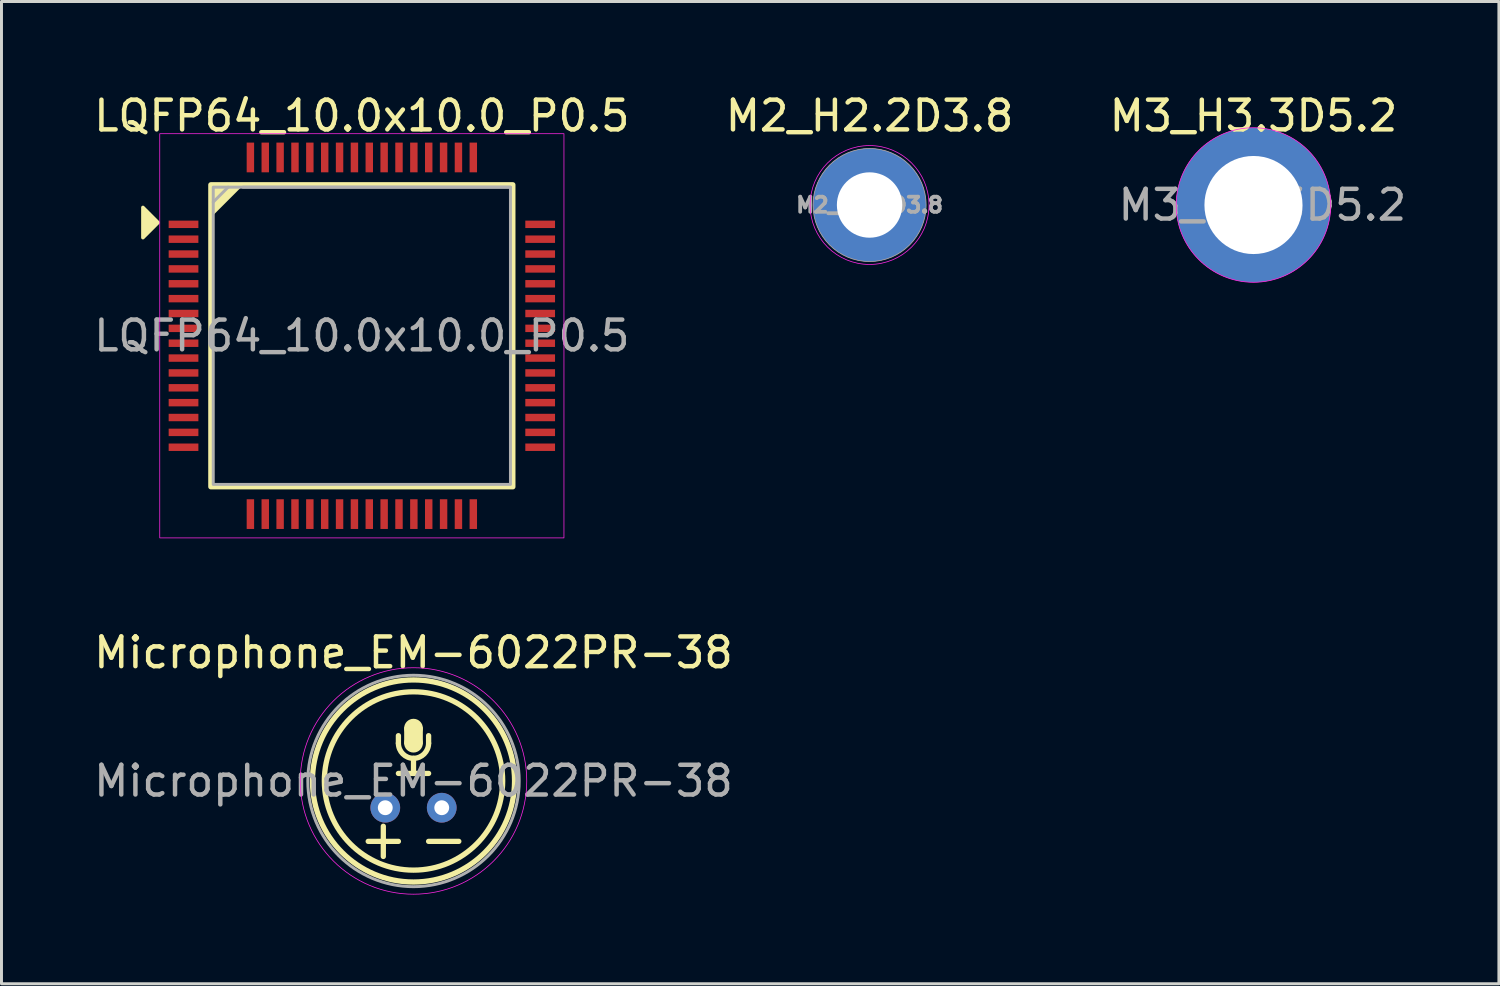
<source format=kicad_pcb>
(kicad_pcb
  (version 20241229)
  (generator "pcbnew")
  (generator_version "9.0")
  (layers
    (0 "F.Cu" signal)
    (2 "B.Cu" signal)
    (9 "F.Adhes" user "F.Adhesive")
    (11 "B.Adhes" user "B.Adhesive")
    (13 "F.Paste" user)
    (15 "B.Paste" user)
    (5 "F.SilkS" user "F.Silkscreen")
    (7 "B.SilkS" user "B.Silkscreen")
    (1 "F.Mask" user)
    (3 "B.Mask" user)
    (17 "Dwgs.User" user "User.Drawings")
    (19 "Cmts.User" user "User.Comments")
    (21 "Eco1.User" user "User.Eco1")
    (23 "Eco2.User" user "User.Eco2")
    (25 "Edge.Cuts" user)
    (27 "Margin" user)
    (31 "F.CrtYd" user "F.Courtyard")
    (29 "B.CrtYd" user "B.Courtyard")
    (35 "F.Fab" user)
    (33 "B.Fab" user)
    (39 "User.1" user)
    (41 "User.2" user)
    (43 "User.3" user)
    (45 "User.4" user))
  (footprint "LQFP64_10.0x10.0_P0.5"
    (layer "F.Cu")
    (at 9.125 8.248)
    (property "Reference" "LQFP64_10.0x10.0_P0.5" (at 0 -7.4 0) (layer "F.SilkS") (effects (font (size 1 1) (thickness 0.15))))
    (attr smd)
    (fp_rect (start -5.08 -5.08) (end 5.08 5.08) (stroke (width 0.178) (type solid)) (fill no) (layer "F.SilkS"))
    (fp_poly (pts (xy -6.858 -3.81) (xy -7.366 -3.302) (xy -7.366 -4.318)) (stroke (width 0.12) (type solid)) (fill yes) (layer "F.SilkS"))
    (fp_poly (pts (xy -5.08 -4.064) (xy -5.08 -5.08) (xy -4.064 -5.08)) (stroke (width 0.12) (type solid)) (fill yes) (layer "F.SilkS"))
    (fp_rect (start -6.8 -6.8) (end 6.8 6.8) (stroke (width 0.025) (type solid)) (fill no) (layer "F.CrtYd"))
    (fp_line (start -5 -4.5) (end -4.5 -5) (stroke (width 0.1) (type default)) (layer "F.Fab"))
    (fp_line (start -4 -5) (end 5 -5) (stroke (width 0.1) (type solid)) (layer "F.Fab"))
    (fp_rect (start -5 -5) (end 5 5) (stroke (width 0.1) (type default)) (fill no) (layer "F.Fab"))
    (fp_text user "${REFERENCE}" (at 0 0 0) (layer "F.Fab") (effects (font (size 1 1) (thickness 0.15))))
    (pad "1" smd rect (at -6 -3.75) (size 1 0.25) (layers "F.Cu" "F.Mask" "F.Paste"))
    (pad "2" smd rect (at -6 -3.25) (size 1 0.25) (layers "F.Cu" "F.Mask" "F.Paste"))
    (pad "3" smd rect (at -6 -2.75) (size 1 0.25) (layers "F.Cu" "F.Mask" "F.Paste"))
    (pad "4" smd rect (at -6 -2.25) (size 1 0.25) (layers "F.Cu" "F.Mask" "F.Paste"))
    (pad "5" smd rect (at -6 -1.75) (size 1 0.25) (layers "F.Cu" "F.Mask" "F.Paste"))
    (pad "6" smd rect (at -6 -1.25) (size 1 0.25) (layers "F.Cu" "F.Mask" "F.Paste"))
    (pad "7" smd rect (at -6 -0.75) (size 1 0.25) (layers "F.Cu" "F.Mask" "F.Paste"))
    (pad "8" smd rect (at -6 -0.25) (size 1 0.25) (layers "F.Cu" "F.Mask" "F.Paste"))
    (pad "9" smd rect (at -6 0.25) (size 1 0.25) (layers "F.Cu" "F.Mask" "F.Paste"))
    (pad "10" smd rect (at -6 0.75) (size 1 0.25) (layers "F.Cu" "F.Mask" "F.Paste"))
    (pad "11" smd rect (at -6 1.25) (size 1 0.25) (layers "F.Cu" "F.Mask" "F.Paste"))
    (pad "12" smd rect (at -6 1.75) (size 1 0.25) (layers "F.Cu" "F.Mask" "F.Paste"))
    (pad "13" smd rect (at -6 2.25) (size 1 0.25) (layers "F.Cu" "F.Mask" "F.Paste"))
    (pad "14" smd rect (at -6 2.75) (size 1 0.25) (layers "F.Cu" "F.Mask" "F.Paste"))
    (pad "15" smd rect (at -6 3.25) (size 1 0.25) (layers "F.Cu" "F.Mask" "F.Paste"))
    (pad "16" smd rect (at -6 3.75) (size 1 0.25) (layers "F.Cu" "F.Mask" "F.Paste"))
    (pad "17" smd rect (at -3.75 6) (size 0.25 1) (layers "F.Cu" "F.Mask" "F.Paste"))
    (pad "18" smd rect (at -3.25 6) (size 0.25 1) (layers "F.Cu" "F.Mask" "F.Paste"))
    (pad "19" smd rect (at -2.75 6) (size 0.25 1) (layers "F.Cu" "F.Mask" "F.Paste"))
    (pad "20" smd rect (at -2.25 6) (size 0.25 1) (layers "F.Cu" "F.Mask" "F.Paste"))
    (pad "21" smd rect (at -1.75 6) (size 0.25 1) (layers "F.Cu" "F.Mask" "F.Paste"))
    (pad "22" smd rect (at -1.25 6) (size 0.25 1) (layers "F.Cu" "F.Mask" "F.Paste"))
    (pad "23" smd rect (at -0.75 6) (size 0.25 1) (layers "F.Cu" "F.Mask" "F.Paste"))
    (pad "24" smd rect (at -0.25 6) (size 0.25 1) (layers "F.Cu" "F.Mask" "F.Paste"))
    (pad "25" smd rect (at 0.25 6) (size 0.25 1) (layers "F.Cu" "F.Mask" "F.Paste"))
    (pad "26" smd rect (at 0.75 6) (size 0.25 1) (layers "F.Cu" "F.Mask" "F.Paste"))
    (pad "27" smd rect (at 1.25 6) (size 0.25 1) (layers "F.Cu" "F.Mask" "F.Paste"))
    (pad "28" smd rect (at 1.75 6) (size 0.25 1) (layers "F.Cu" "F.Mask" "F.Paste"))
    (pad "29" smd rect (at 2.25 6) (size 0.25 1) (layers "F.Cu" "F.Mask" "F.Paste"))
    (pad "30" smd rect (at 2.75 6) (size 0.25 1) (layers "F.Cu" "F.Mask" "F.Paste"))
    (pad "31" smd rect (at 3.25 6) (size 0.25 1) (layers "F.Cu" "F.Mask" "F.Paste"))
    (pad "32" smd rect (at 3.75 6) (size 0.25 1) (layers "F.Cu" "F.Mask" "F.Paste"))
    (pad "33" smd rect (at 6 3.75) (size 1 0.25) (layers "F.Cu" "F.Mask" "F.Paste"))
    (pad "34" smd rect (at 6 3.25) (size 1 0.25) (layers "F.Cu" "F.Mask" "F.Paste"))
    (pad "35" smd rect (at 6 2.75) (size 1 0.25) (layers "F.Cu" "F.Mask" "F.Paste"))
    (pad "36" smd rect (at 6 2.25) (size 1 0.25) (layers "F.Cu" "F.Mask" "F.Paste"))
    (pad "37" smd rect (at 6 1.75) (size 1 0.25) (layers "F.Cu" "F.Mask" "F.Paste"))
    (pad "38" smd rect (at 6 1.25) (size 1 0.25) (layers "F.Cu" "F.Mask" "F.Paste"))
    (pad "39" smd rect (at 6 0.75) (size 1 0.25) (layers "F.Cu" "F.Mask" "F.Paste"))
    (pad "40" smd rect (at 6 0.25) (size 1 0.25) (layers "F.Cu" "F.Mask" "F.Paste"))
    (pad "41" smd rect (at 6 -0.25) (size 1 0.25) (layers "F.Cu" "F.Mask" "F.Paste"))
    (pad "42" smd rect (at 6 -0.75) (size 1 0.25) (layers "F.Cu" "F.Mask" "F.Paste"))
    (pad "43" smd rect (at 6 -1.25) (size 1 0.25) (layers "F.Cu" "F.Mask" "F.Paste"))
    (pad "44" smd rect (at 6 -1.75) (size 1 0.25) (layers "F.Cu" "F.Mask" "F.Paste"))
    (pad "45" smd rect (at 6 -2.25) (size 1 0.25) (layers "F.Cu" "F.Mask" "F.Paste"))
    (pad "46" smd rect (at 6 -2.75) (size 1 0.25) (layers "F.Cu" "F.Mask" "F.Paste"))
    (pad "47" smd rect (at 6 -3.25) (size 1 0.25) (layers "F.Cu" "F.Mask" "F.Paste"))
    (pad "48" smd rect (at 6 -3.75) (size 1 0.25) (layers "F.Cu" "F.Mask" "F.Paste"))
    (pad "49" smd rect (at 3.75 -6) (size 0.25 1) (layers "F.Cu" "F.Mask" "F.Paste"))
    (pad "50" smd rect (at 3.25 -6) (size 0.25 1) (layers "F.Cu" "F.Mask" "F.Paste"))
    (pad "51" smd rect (at 2.75 -6) (size 0.25 1) (layers "F.Cu" "F.Mask" "F.Paste"))
    (pad "52" smd rect (at 2.25 -6) (size 0.25 1) (layers "F.Cu" "F.Mask" "F.Paste"))
    (pad "53" smd rect (at 1.75 -6) (size 0.25 1) (layers "F.Cu" "F.Mask" "F.Paste"))
    (pad "54" smd rect (at 1.25 -6) (size 0.25 1) (layers "F.Cu" "F.Mask" "F.Paste"))
    (pad "55" smd rect (at 0.75 -6) (size 0.25 1) (layers "F.Cu" "F.Mask" "F.Paste"))
    (pad "56" smd rect (at 0.25 -6) (size 0.25 1) (layers "F.Cu" "F.Mask" "F.Paste"))
    (pad "57" smd rect (at -0.25 -6) (size 0.25 1) (layers "F.Cu" "F.Mask" "F.Paste"))
    (pad "58" smd rect (at -0.75 -6) (size 0.25 1) (layers "F.Cu" "F.Mask" "F.Paste"))
    (pad "59" smd rect (at -1.25 -6) (size 0.25 1) (layers "F.Cu" "F.Mask" "F.Paste"))
    (pad "60" smd rect (at -1.75 -6) (size 0.25 1) (layers "F.Cu" "F.Mask" "F.Paste"))
    (pad "61" smd rect (at -2.25 -6) (size 0.25 1) (layers "F.Cu" "F.Mask" "F.Paste"))
    (pad "62" smd rect (at -2.75 -6) (size 0.25 1) (layers "F.Cu" "F.Mask" "F.Paste"))
    (pad "63" smd rect (at -3.25 -6) (size 0.25 1) (layers "F.Cu" "F.Mask" "F.Paste"))
    (pad "64" smd rect (at -3.75 -6) (size 0.25 1) (layers "F.Cu" "F.Mask" "F.Paste")))
  (footprint "M3_H3.3D5.2"
    (layer "F.Cu")
    (at 39.125 3.848)
    (property "Reference" "M3_H3.3D5.2" (at 0 -3 0) (layer "F.SilkS") (effects (font (size 1 1) (thickness 0.15))))
    (attr through_hole)
    (fp_circle (center 0 0) (end 2.6 0) (stroke (width 0.025) (type solid)) (fill no) (layer "F.CrtYd"))
    (fp_text user "${REFERENCE}" (at 0.3 0 0) (layer "F.Fab") (effects (font (size 1 1) (thickness 0.15))))
    (pad "1" thru_hole circle (at 0 0) (size 5.2 5.2) (drill 3.3) (layers "*.Cu" "*.Mask")))
  (footprint "M2_H2.2D3.8"
    (layer "F.Cu")
    (at 26.208 3.848)
    (property "Reference" "M2_H2.2D3.8" (at 0 -3 0) (layer "F.SilkS") (effects (font (size 1 1) (thickness 0.15))))
    (attr through_hole)
    (fp_circle (center 0 0) (end 2 0) (stroke (width 0.025) (type solid)) (fill no) (layer "F.CrtYd"))
    (fp_circle (center 0 0) (end 1.9 0.1) (stroke (width 0.025) (type solid)) (fill no) (layer "F.Fab"))
    (fp_text user "${REFERENCE}" (at 0 0 0) (layer "F.Fab") (effects (font (size 0.508 0.508) (thickness 0.127) (bold yes))))
    (pad "1" thru_hole circle (at 0 0) (size 3.8 3.8) (drill 2.2) (layers "*.Cu" "*.Mask")))
  (footprint "Microphone_EM-6022PR-38"
    (layer "F.Cu")
    (at 10.863 23.227)
    (property "Reference" "Microphone_EM-6022PR-38" (at 0 -4.318 0) (unlocked yes) (layer "F.SilkS") (effects (font (size 1 1) (thickness 0.15))))
    (attr through_hole)
    (fp_line (start -1.524 2.032) (end -0.508 2.032) (stroke (width 0.178) (type solid)) (layer "F.SilkS"))
    (fp_line (start -1.016 1.524) (end -1.016 2.54) (stroke (width 0.178) (type solid)) (layer "F.SilkS"))
    (fp_line (start -0.508 -1.524) (end -0.508 -1.27) (stroke (width 0.178) (type solid)) (layer "F.SilkS"))
    (fp_line (start -0.508 -0.254) (end 0.508 -0.254) (stroke (width 0.178) (type solid)) (layer "F.SilkS"))
    (fp_line (start 0 -0.762) (end 0 -0.254) (stroke (width 0.178) (type solid)) (layer "F.SilkS"))
    (fp_line (start 0.508 -1.524) (end 0.508 -1.27) (stroke (width 0.178) (type solid)) (layer "F.SilkS"))
    (fp_line (start 0.508 2.032) (end 1.524 2.032) (stroke (width 0.178) (type solid)) (layer "F.SilkS"))
    (fp_rect (start -0.254 -1.778) (end 0.254 -1.27) (stroke (width 0.12) (type solid)) (fill yes) (layer "F.SilkS"))
    (fp_arc (start 0.508 -1.27) (mid 0 -0.762) (end -0.508 -1.27) (stroke (width 0.1778) (type solid)) (layer "F.SilkS"))
    (fp_circle (center 0 -1.778) (end 0.254 -1.778) (stroke (width 0.12) (type solid)) (fill yes) (layer "F.SilkS"))
    (fp_circle (center 0 -1.27) (end 0.254 -1.27) (stroke (width 0.12) (type solid)) (fill yes) (layer "F.SilkS"))
    (fp_circle (center 0 0) (end 3 0) (stroke (width 0.178) (type solid)) (fill no) (layer "F.SilkS"))
    (fp_circle (center 0 0) (end 3.4 0) (stroke (width 0.178) (type solid)) (fill no) (layer "F.SilkS"))
    (fp_circle (center 0 0) (end 3.81 0) (stroke (width 0.025) (type solid)) (fill no) (layer "F.CrtYd"))
    (fp_circle (center 0 0) (end 3.556 0) (stroke (width 0.1) (type solid)) (fill no) (layer "F.Fab"))
    (fp_text user "${REFERENCE}" (at 0 0 0) (unlocked yes) (layer "F.Fab") (effects (font (size 1 1) (thickness 0.15))))
    (pad "1" thru_hole circle (at -0.95 0.9) (size 1 1) (drill 0.5) (layers "*.Cu" "*.Mask"))
    (pad "2" thru_hole circle (at 0.95 0.9) (size 1 1) (drill 0.5) (layers "*.Cu" "*.Mask")))
  (gr_rect
    (start -3 -3)
    (end 47.383 30.05)
    (stroke (width 0.1) (type default))
    (fill no)
    (layer "Edge.Cuts")))
</source>
